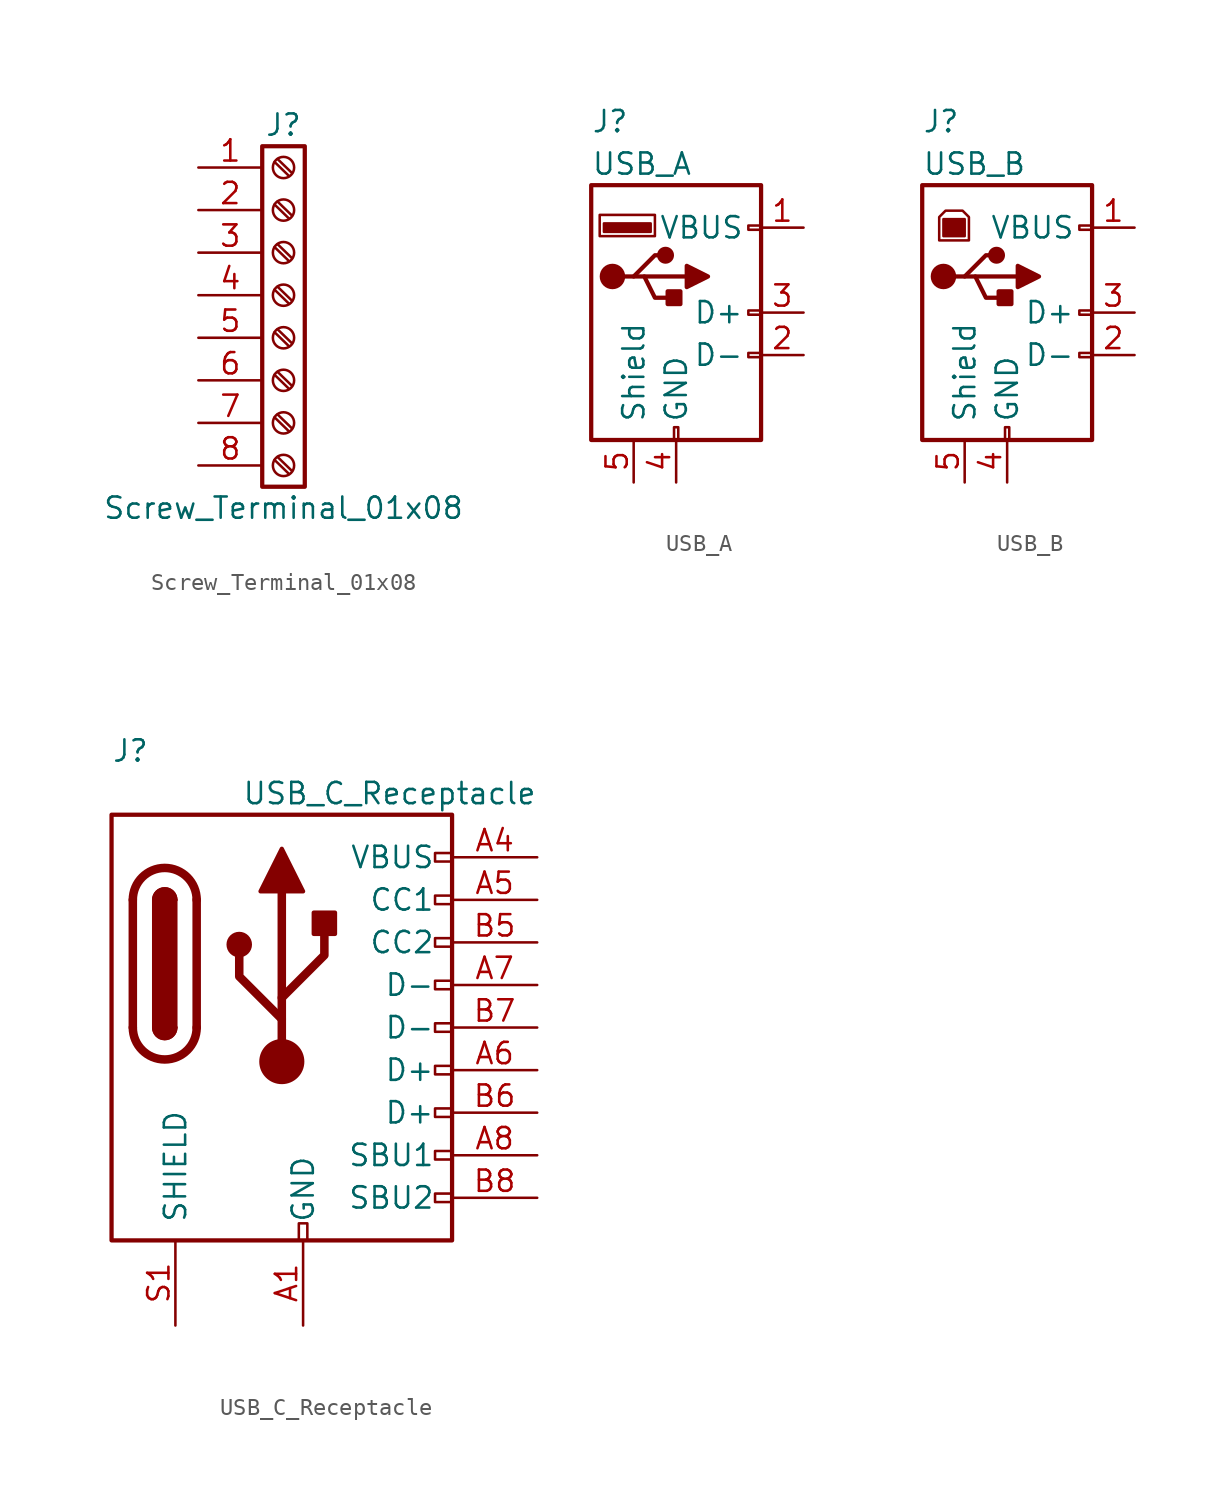
<source format=kicad_sym>
(kicad_symbol_lib
  (version 20220914)
  (generator kicad_symbol_editor)
  (symbol "Screw_Terminal_01x08"
    (pin_names
      (offset 1.016) hide)
    (property "Reference" "J"
      (at 0 11.43 0)
      (effects (font (size 1.27 1.27))))
    (property "Value" "Screw_Terminal_01x08"
      (at 0 -11.43 0)
      (effects (font (size 1.27 1.27))))
    (symbol "Screw_Terminal_01x08_1_1"
      (rectangle (start -1.27 10.16) (end 1.27 -10.16) (stroke (width 0.254) (type default)) (fill (type none)))
      (circle (center 0 -8.89) (radius 0.635) (stroke (width 0.152) (type default)) (fill (type none)))
      (circle (center 0 -6.35) (radius 0.635) (stroke (width 0.152) (type default)) (fill (type none)))
      (circle (center 0 -3.81) (radius 0.635) (stroke (width 0.152) (type default)) (fill (type none)))
      (circle (center 0 -1.27) (radius 0.635) (stroke (width 0.152) (type default)) (fill (type none)))
      (polyline (pts (xy -0.533 -8.56) (xy 0.33 -9.398)) (stroke (width 0.152) (type default)) (fill (type none)))
      (polyline (pts (xy -0.533 -6.02) (xy 0.33 -6.858)) (stroke (width 0.152) (type default)) (fill (type none)))
      (polyline (pts (xy -0.533 -3.48) (xy 0.33 -4.318)) (stroke (width 0.152) (type default)) (fill (type none)))
      (polyline (pts (xy -0.533 -0.94) (xy 0.33 -1.778)) (stroke (width 0.152) (type default)) (fill (type none)))
      (polyline (pts (xy -0.533 1.6) (xy 0.33 0.762)) (stroke (width 0.152) (type default)) (fill (type none)))
      (polyline (pts (xy -0.533 4.14) (xy 0.33 3.302)) (stroke (width 0.152) (type default)) (fill (type none)))
      (polyline (pts (xy -0.533 6.68) (xy 0.33 5.842)) (stroke (width 0.152) (type default)) (fill (type none)))
      (polyline (pts (xy -0.533 9.22) (xy 0.33 8.382)) (stroke (width 0.152) (type default)) (fill (type none)))
      (polyline (pts (xy -0.356 -8.382) (xy 0.508 -9.22)) (stroke (width 0.152) (type default)) (fill (type none)))
      (polyline (pts (xy -0.356 -5.842) (xy 0.508 -6.68)) (stroke (width 0.152) (type default)) (fill (type none)))
      (polyline (pts (xy -0.356 -3.302) (xy 0.508 -4.14)) (stroke (width 0.152) (type default)) (fill (type none)))
      (polyline (pts (xy -0.356 -0.762) (xy 0.508 -1.6)) (stroke (width 0.152) (type default)) (fill (type none)))
      (polyline (pts (xy -0.356 1.778) (xy 0.508 0.94)) (stroke (width 0.152) (type default)) (fill (type none)))
      (polyline (pts (xy -0.356 4.318) (xy 0.508 3.48)) (stroke (width 0.152) (type default)) (fill (type none)))
      (polyline (pts (xy -0.356 6.858) (xy 0.508 6.02)) (stroke (width 0.152) (type default)) (fill (type none)))
      (polyline (pts (xy -0.356 9.398) (xy 0.508 8.56)) (stroke (width 0.152) (type default)) (fill (type none)))
      (circle (center 0 1.27) (radius 0.635) (stroke (width 0.152) (type default)) (fill (type none)))
      (circle (center 0 3.81) (radius 0.635) (stroke (width 0.152) (type default)) (fill (type none)))
      (circle (center 0 6.35) (radius 0.635) (stroke (width 0.152) (type default)) (fill (type none)))
      (circle (center 0 8.89) (radius 0.635) (stroke (width 0.152) (type default)) (fill (type none)))
      (pin passive line (at -5.08 8.89 0) (length 3.81) (name "Pin_1" (effects (font (size 1.27 1.27)))) (number "1" (effects (font (size 1.27 1.27)))))
      (pin passive line (at -5.08 6.35 0) (length 3.81) (name "Pin_2" (effects (font (size 1.27 1.27)))) (number "2" (effects (font (size 1.27 1.27)))))
      (pin passive line (at -5.08 3.81 0) (length 3.81) (name "Pin_3" (effects (font (size 1.27 1.27)))) (number "3" (effects (font (size 1.27 1.27)))))
      (pin passive line (at -5.08 1.27 0) (length 3.81) (name "Pin_4" (effects (font (size 1.27 1.27)))) (number "4" (effects (font (size 1.27 1.27)))))
      (pin passive line (at -5.08 -1.27 0) (length 3.81) (name "Pin_5" (effects (font (size 1.27 1.27)))) (number "5" (effects (font (size 1.27 1.27)))))
      (pin passive line (at -5.08 -3.81 0) (length 3.81) (name "Pin_6" (effects (font (size 1.27 1.27)))) (number "6" (effects (font (size 1.27 1.27)))))
      (pin passive line (at -5.08 -6.35 0) (length 3.81) (name "Pin_7" (effects (font (size 1.27 1.27)))) (number "7" (effects (font (size 1.27 1.27)))))
      (pin passive line (at -5.08 -8.89 0) (length 3.81) (name "Pin_8" (effects (font (size 1.27 1.27)))) (number "8" (effects (font (size 1.27 1.27)))))))
  (symbol "USB_A"
    (pin_names
      (offset 1.016))
    (property "Reference" "J"
      (at -5.08 11.43 0)
      (effects (font (size 1.27 1.27)) (justify left)))
    (property "Value" "USB_A"
      (at -5.08 8.89 0)
      (effects (font (size 1.27 1.27)) (justify left)))
    (symbol "USB_A_0_1"
      (circle (center -3.81 2.159) (radius 0.635) (stroke (width 0.254) (type default)) (fill (type outline)))
      (rectangle (start -1.524 4.826) (end -4.318 5.334) (stroke (width 0) (type default)) (fill (type outline)))
      (rectangle (start -1.27 4.572) (end -4.572 5.842) (stroke (width 0) (type default)) (fill (type none)))
      (circle (center -0.635 3.429) (radius 0.381) (stroke (width 0.254) (type default)) (fill (type outline)))
      (rectangle (start -0.127 -7.62) (end 0.127 -6.858) (stroke (width 0) (type default)) (fill (type none)))
      (polyline (pts (xy -3.175 2.159) (xy -2.54 2.159) (xy -1.27 3.429) (xy -0.635 3.429)) (stroke (width 0.254) (type default)) (fill (type none)))
      (polyline (pts (xy -2.54 2.159) (xy -1.905 2.159) (xy -1.27 0.889) (xy 0 0.889)) (stroke (width 0.254) (type default)) (fill (type none)))
      (polyline (pts (xy 0.635 2.794) (xy 0.635 1.524) (xy 1.905 2.159) (xy 0.635 2.794)) (stroke (width 0.254) (type default)) (fill (type outline)))
      (rectangle (start 0.254 1.27) (end -0.508 0.508) (stroke (width 0.254) (type default)) (fill (type outline)))
      (rectangle (start 5.08 -2.667) (end 4.318 -2.413) (stroke (width 0) (type default)) (fill (type none)))
      (rectangle (start 5.08 -0.127) (end 4.318 0.127) (stroke (width 0) (type default)) (fill (type none)))
      (rectangle (start 5.08 4.953) (end 4.318 5.207) (stroke (width 0) (type default)) (fill (type none))))
    (symbol "USB_A_1_1"
      (rectangle (start -5.08 7.62) (end 5.08 -7.62) (stroke (width 0.254) (type default)) (fill (type none)))
      (polyline (pts (xy -1.905 2.159) (xy 0.635 2.159)) (stroke (width 0.254) (type default)) (fill (type none)))
      (pin power_in line (at 7.62 5.08 180) (length 2.54) (name "VBUS" (effects (font (size 1.27 1.27)))) (number "1" (effects (font (size 1.27 1.27)))))
      (pin bidirectional line (at 7.62 -2.54 180) (length 2.54) (name "D-" (effects (font (size 1.27 1.27)))) (number "2" (effects (font (size 1.27 1.27)))))
      (pin bidirectional line (at 7.62 0 180) (length 2.54) (name "D+" (effects (font (size 1.27 1.27)))) (number "3" (effects (font (size 1.27 1.27)))))
      (pin power_in line (at 0 -10.16 90) (length 2.54) (name "GND" (effects (font (size 1.27 1.27)))) (number "4" (effects (font (size 1.27 1.27)))))
      (pin passive line (at -2.54 -10.16 90) (length 2.54) (name "Shield" (effects (font (size 1.27 1.27)))) (number "5" (effects (font (size 1.27 1.27)))))))
  (symbol "USB_B"
    (pin_names
      (offset 1.016))
    (property "Reference" "J"
      (at -5.08 11.43 0)
      (effects (font (size 1.27 1.27)) (justify left)))
    (property "Value" "USB_B"
      (at -5.08 8.89 0)
      (effects (font (size 1.27 1.27)) (justify left)))
    (symbol "USB_B_0_1"
      (circle (center -3.81 2.159) (radius 0.635) (stroke (width 0.254) (type default)) (fill (type outline)))
      (rectangle (start -3.81 5.588) (end -2.54 4.572) (stroke (width 0) (type default)) (fill (type outline)))
      (circle (center -0.635 3.429) (radius 0.381) (stroke (width 0.254) (type default)) (fill (type outline)))
      (rectangle (start -0.127 -7.62) (end 0.127 -6.858) (stroke (width 0) (type default)) (fill (type none)))
      (polyline (pts (xy -1.905 2.159) (xy 0.635 2.159)) (stroke (width 0.254) (type default)) (fill (type none)))
      (polyline (pts (xy -3.175 2.159) (xy -2.54 2.159) (xy -1.27 3.429) (xy -0.635 3.429)) (stroke (width 0.254) (type default)) (fill (type none)))
      (polyline (pts (xy -2.54 2.159) (xy -1.905 2.159) (xy -1.27 0.889) (xy 0 0.889)) (stroke (width 0.254) (type default)) (fill (type none)))
      (polyline (pts (xy 0.635 2.794) (xy 0.635 1.524) (xy 1.905 2.159) (xy 0.635 2.794)) (stroke (width 0.254) (type default)) (fill (type outline)))
      (polyline (pts (xy -4.064 4.318) (xy -2.286 4.318) (xy -2.286 5.715) (xy -2.667 6.096) (xy -3.683 6.096) (xy -4.064 5.715) (xy -4.064 4.318)) (stroke (width 0) (type default)) (fill (type none)))
      (rectangle (start 0.254 1.27) (end -0.508 0.508) (stroke (width 0.254) (type default)) (fill (type outline)))
      (rectangle (start 5.08 -2.667) (end 4.318 -2.413) (stroke (width 0) (type default)) (fill (type none)))
      (rectangle (start 5.08 -0.127) (end 4.318 0.127) (stroke (width 0) (type default)) (fill (type none)))
      (rectangle (start 5.08 4.953) (end 4.318 5.207) (stroke (width 0) (type default)) (fill (type none))))
    (symbol "USB_B_1_1"
      (rectangle (start -5.08 7.62) (end 5.08 -7.62) (stroke (width 0.254) (type default)) (fill (type none)))
      (pin power_out line (at 7.62 5.08 180) (length 2.54) (name "VBUS" (effects (font (size 1.27 1.27)))) (number "1" (effects (font (size 1.27 1.27)))))
      (pin bidirectional line (at 7.62 -2.54 180) (length 2.54) (name "D-" (effects (font (size 1.27 1.27)))) (number "2" (effects (font (size 1.27 1.27)))))
      (pin bidirectional line (at 7.62 0 180) (length 2.54) (name "D+" (effects (font (size 1.27 1.27)))) (number "3" (effects (font (size 1.27 1.27)))))
      (pin power_out line (at 0 -10.16 90) (length 2.54) (name "GND" (effects (font (size 1.27 1.27)))) (number "4" (effects (font (size 1.27 1.27)))))
      (pin passive line (at -2.54 -10.16 90) (length 2.54) (name "Shield" (effects (font (size 1.27 1.27)))) (number "5" (effects (font (size 1.27 1.27)))))))
  (symbol "USB_C_Receptacle"
    (pin_names
      (offset 1.016))
    (property "Reference" "J"
      (at -10.16 16.51 0)
      (effects (font (size 1.27 1.27)) (justify left)))
    (property "Value" "USB_C_Receptacle"
      (at 15.24 13.97 0)
      (effects (font (size 1.27 1.27)) (justify right)))
    (symbol "USB_C_Receptacle_0_0"
      (rectangle (start 1.016 -12.7) (end 1.524 -11.684) (stroke (width 0) (type default)) (fill (type none)))
      (rectangle (start 10.16 -9.906) (end 9.144 -10.414) (stroke (width 0) (type default)) (fill (type none)))
      (rectangle (start 10.16 -7.366) (end 9.144 -7.874) (stroke (width 0) (type default)) (fill (type none)))
      (rectangle (start 10.16 -4.826) (end 9.144 -5.334) (stroke (width 0) (type default)) (fill (type none)))
      (rectangle (start 10.16 -2.286) (end 9.144 -2.794) (stroke (width 0) (type default)) (fill (type none)))
      (rectangle (start 10.16 0.254) (end 9.144 -0.254) (stroke (width 0) (type default)) (fill (type none)))
      (rectangle (start 10.16 2.794) (end 9.144 2.286) (stroke (width 0) (type default)) (fill (type none)))
      (rectangle (start 10.16 5.334) (end 9.144 4.826) (stroke (width 0) (type default)) (fill (type none)))
      (rectangle (start 10.16 7.874) (end 9.144 7.366) (stroke (width 0) (type default)) (fill (type none)))
      (rectangle (start 10.16 10.414) (end 9.144 9.906) (stroke (width 0) (type default)) (fill (type none))))
    (symbol "USB_C_Receptacle_0_1"
      (arc (start -8.89 0) (mid -6.985 -1.8967) (end -5.08 0) (stroke (width 0.508) (type default)) (fill (type none)))
      (arc (start -7.62 0) (mid -6.985 -0.6323) (end -6.35 0) (stroke (width 0.254) (type default)) (fill (type none)))
      (arc (start -7.62 0) (mid -6.985 -0.6323) (end -6.35 0) (stroke (width 0.254) (type default)) (fill (type outline)))
      (rectangle (start -7.62 0) (end -6.35 7.62) (stroke (width 0.254) (type default)) (fill (type outline)))
      (arc (start -6.35 7.62) (mid -6.985 8.2523) (end -7.62 7.62) (stroke (width 0.254) (type default)) (fill (type none)))
      (arc (start -6.35 7.62) (mid -6.985 8.2523) (end -7.62 7.62) (stroke (width 0.254) (type default)) (fill (type outline)))
      (arc (start -5.08 7.62) (mid -6.985 9.5167) (end -8.89 7.62) (stroke (width 0.508) (type default)) (fill (type none)))
      (circle (center -2.54 4.953) (radius 0.635) (stroke (width 0.254) (type default)) (fill (type outline)))
      (circle (center 0 -2.032) (radius 1.27) (stroke (width 0) (type default)) (fill (type outline)))
      (polyline (pts (xy -8.89 0) (xy -8.89 7.62)) (stroke (width 0.508) (type default)) (fill (type none)))
      (polyline (pts (xy -5.08 7.62) (xy -5.08 0)) (stroke (width 0.508) (type default)) (fill (type none)))
      (polyline (pts (xy 0 -2.032) (xy 0 8.128)) (stroke (width 0.508) (type default)) (fill (type none)))
      (polyline (pts (xy 0 0.508) (xy -2.54 3.048) (xy -2.54 4.318)) (stroke (width 0.508) (type default)) (fill (type none)))
      (polyline (pts (xy 0 1.778) (xy 2.54 4.318) (xy 2.54 5.588)) (stroke (width 0.508) (type default)) (fill (type none)))
      (polyline (pts (xy -1.27 8.128) (xy 0 10.668) (xy 1.27 8.128) (xy -1.27 8.128)) (stroke (width 0.254) (type default)) (fill (type outline)))
      (rectangle (start 1.905 5.588) (end 3.175 6.858) (stroke (width 0.254) (type default)) (fill (type outline))))
    (symbol "USB_C_Receptacle_1_1"
      (rectangle (start -10.16 12.7) (end 10.16 -12.7) (stroke (width 0.254) (type default)) (fill (type none)))
      (pin passive line (at 1.27 -17.78 90) (length 5.08) (name "GND" (effects (font (size 1.27 1.27)))) (number "A1" (effects (font (size 1.27 1.27)))))
      (pin passive line (at 1.27 -17.78 90) (length 5.08) hide (name "GND" (effects (font (size 1.27 1.27)))) (number "A12" (effects (font (size 1.27 1.27)))))
      (pin passive line (at 15.24 10.16 180) (length 5.08) (name "VBUS" (effects (font (size 1.27 1.27)))) (number "A4" (effects (font (size 1.27 1.27)))))
      (pin bidirectional line (at 15.24 7.62 180) (length 5.08) (name "CC1" (effects (font (size 1.27 1.27)))) (number "A5" (effects (font (size 1.27 1.27)))))
      (pin bidirectional line (at 15.24 -2.54 180) (length 5.08) (name "D+" (effects (font (size 1.27 1.27)))) (number "A6" (effects (font (size 1.27 1.27)))))
      (pin bidirectional line (at 15.24 2.54 180) (length 5.08) (name "D-" (effects (font (size 1.27 1.27)))) (number "A7" (effects (font (size 1.27 1.27)))))
      (pin bidirectional line (at 15.24 -7.62 180) (length 5.08) (name "SBU1" (effects (font (size 1.27 1.27)))) (number "A8" (effects (font (size 1.27 1.27)))))
      (pin passive line (at 15.24 10.16 180) (length 5.08) hide (name "VBUS" (effects (font (size 1.27 1.27)))) (number "A9" (effects (font (size 1.27 1.27)))))
      (pin passive line (at 1.27 -17.78 90) (length 5.08) hide (name "GND" (effects (font (size 1.27 1.27)))) (number "B1" (effects (font (size 1.27 1.27)))))
      (pin passive line (at 1.27 -17.78 90) (length 5.08) hide (name "GND" (effects (font (size 1.27 1.27)))) (number "B12" (effects (font (size 1.27 1.27)))))
      (pin passive line (at 15.24 10.16 180) (length 5.08) hide (name "VBUS" (effects (font (size 1.27 1.27)))) (number "B4" (effects (font (size 1.27 1.27)))))
      (pin bidirectional line (at 15.24 5.08 180) (length 5.08) (name "CC2" (effects (font (size 1.27 1.27)))) (number "B5" (effects (font (size 1.27 1.27)))))
      (pin bidirectional line (at 15.24 -5.08 180) (length 5.08) (name "D+" (effects (font (size 1.27 1.27)))) (number "B6" (effects (font (size 1.27 1.27)))))
      (pin bidirectional line (at 15.24 0 180) (length 5.08) (name "D-" (effects (font (size 1.27 1.27)))) (number "B7" (effects (font (size 1.27 1.27)))))
      (pin bidirectional line (at 15.24 -10.16 180) (length 5.08) (name "SBU2" (effects (font (size 1.27 1.27)))) (number "B8" (effects (font (size 1.27 1.27)))))
      (pin passive line (at 15.24 10.16 180) (length 5.08) hide (name "VBUS" (effects (font (size 1.27 1.27)))) (number "B9" (effects (font (size 1.27 1.27)))))
      (pin passive line (at -6.35 -17.78 90) (length 5.08) (name "SHIELD" (effects (font (size 1.27 1.27)))) (number "S1" (effects (font (size 1.27 1.27))))))))
</source>
